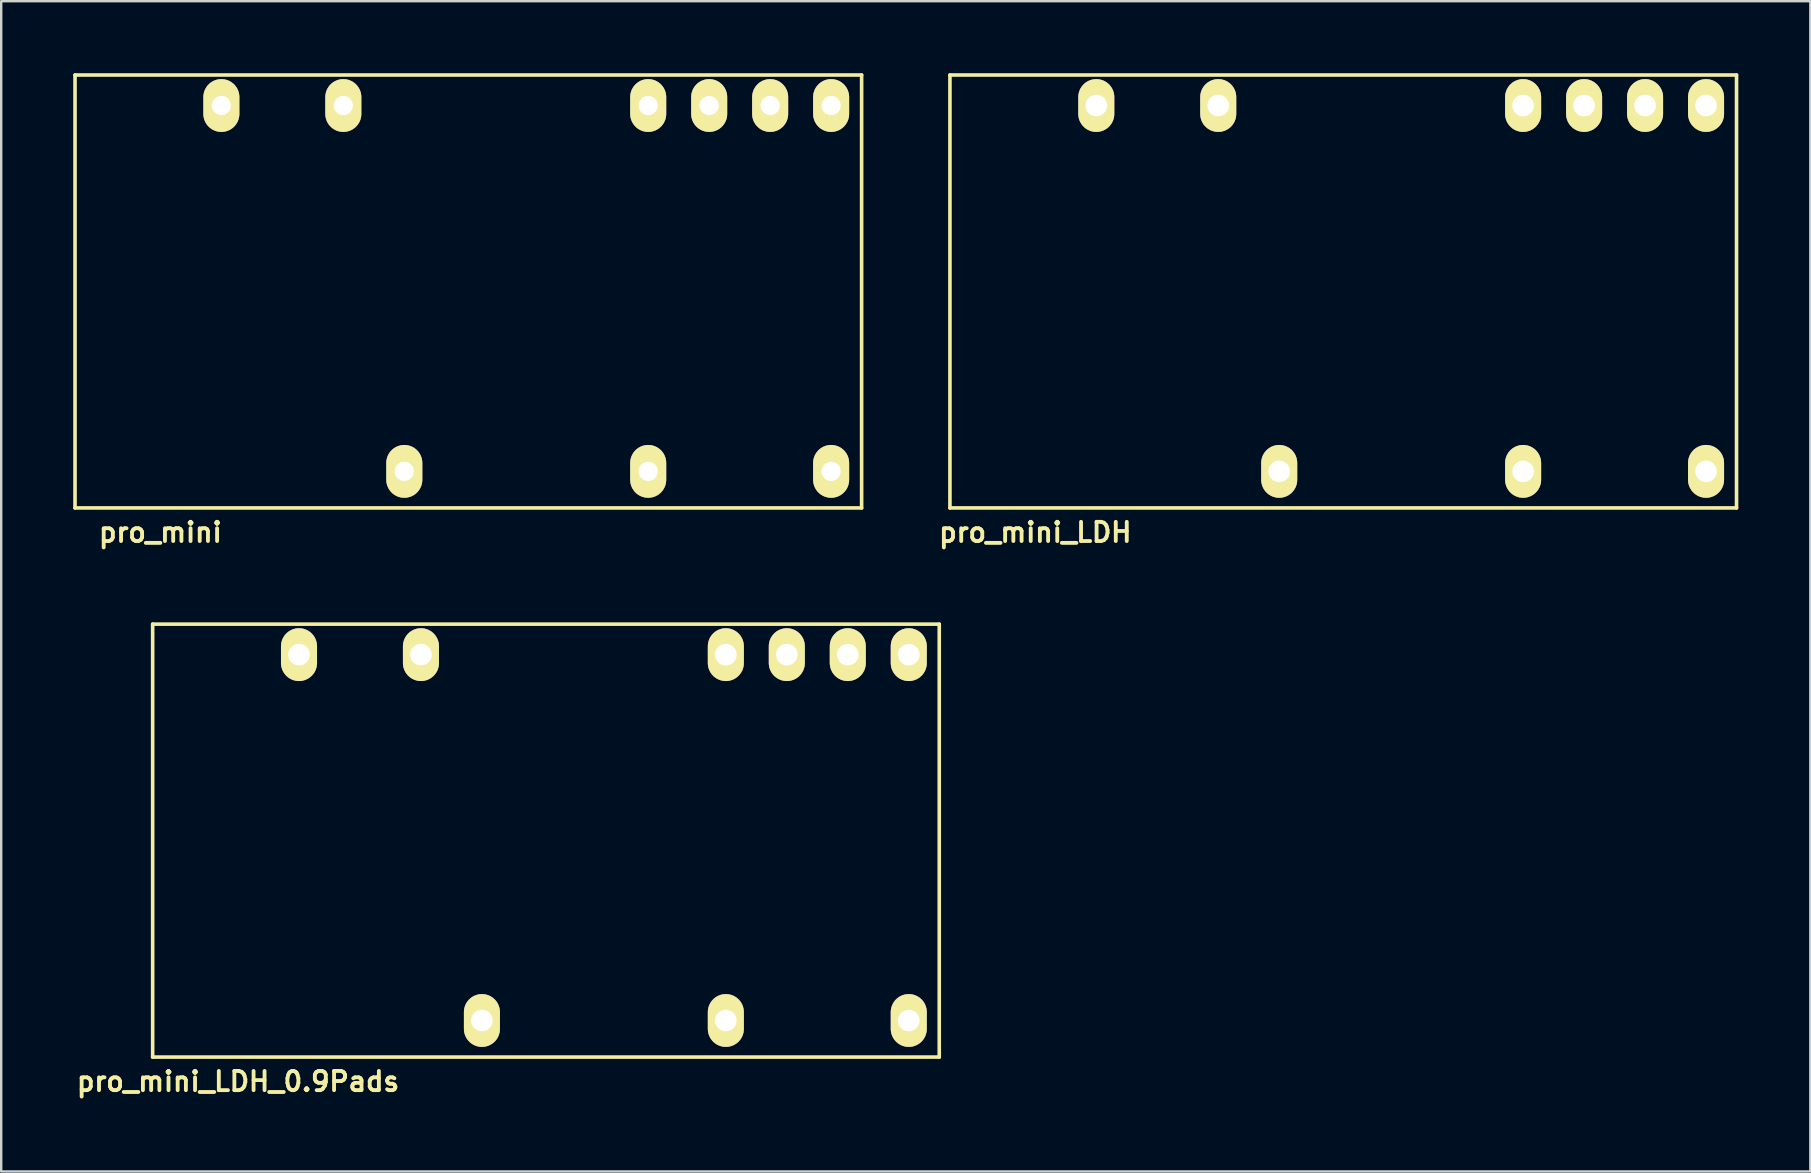
<source format=kicad_pcb>
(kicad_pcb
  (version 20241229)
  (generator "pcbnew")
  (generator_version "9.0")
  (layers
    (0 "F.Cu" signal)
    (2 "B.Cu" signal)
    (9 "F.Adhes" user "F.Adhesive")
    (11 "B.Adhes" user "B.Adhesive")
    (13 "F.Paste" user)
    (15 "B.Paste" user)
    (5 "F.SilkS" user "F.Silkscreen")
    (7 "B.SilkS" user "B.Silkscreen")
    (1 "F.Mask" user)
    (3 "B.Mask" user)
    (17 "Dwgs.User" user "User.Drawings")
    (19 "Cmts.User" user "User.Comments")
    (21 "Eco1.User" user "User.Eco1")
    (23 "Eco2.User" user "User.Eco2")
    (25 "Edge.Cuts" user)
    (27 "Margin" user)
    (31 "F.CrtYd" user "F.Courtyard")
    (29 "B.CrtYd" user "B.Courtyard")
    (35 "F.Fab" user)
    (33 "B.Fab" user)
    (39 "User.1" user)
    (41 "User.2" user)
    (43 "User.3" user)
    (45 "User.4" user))
  (footprint "pro_mini_LDH"
    (layer "F.Cu")
    (at 54.046 8.965)
    (property "Reference" "pro_mini_LDH" (at -13.97 10.16 0) (layer "F.SilkS") (effects (font (size 0.8 0.8) (thickness 0.16))))
    (attr through_hole)
    (fp_line (start -17.526 -8.89) (end -17.526 9.144) (stroke (width 0.15) (type solid)) (layer "F.SilkS"))
    (fp_line (start -17.526 -8.89) (end 15.24 -8.89) (stroke (width 0.15) (type solid)) (layer "F.SilkS"))
    (fp_line (start 15.24 9.144) (end -17.526 9.144) (stroke (width 0.15) (type solid)) (layer "F.SilkS"))
    (fp_line (start 15.24 9.144) (end 15.24 -8.89) (stroke (width 0.15) (type solid)) (layer "F.SilkS"))
    (pad "5" thru_hole oval (at -3.81 7.62) (size 1.501 2.2) (drill 0.9) (layers "*.Cu" "*.Mask" "F.SilkS"))
    (pad "9" thru_hole oval (at 6.35 7.62) (size 1.501 2.2) (drill 0.9) (layers "*.Cu" "*.Mask" "F.SilkS"))
    (pad "12" thru_hole oval (at 13.97 7.62) (size 1.501 2.2) (drill 0.9) (layers "*.Cu" "*.Mask" "F.SilkS"))
    (pad "13" thru_hole oval (at 13.97 -7.62) (size 1.501 2.2) (drill 0.9) (layers "*.Cu" "*.Mask" "F.SilkS"))
    (pad "14" thru_hole oval (at 11.43 -7.62) (size 1.501 2.2) (drill 0.9) (layers "*.Cu" "*.Mask" "F.SilkS"))
    (pad "15" thru_hole oval (at 8.89 -7.62) (size 1.501 2.2) (drill 0.9) (layers "*.Cu" "*.Mask" "F.SilkS"))
    (pad "16" thru_hole oval (at 6.35 -7.62) (size 1.501 2.2) (drill 0.9) (layers "*.Cu" "*.Mask" "F.SilkS"))
    (pad "21" thru_hole oval (at -6.35 -7.62) (size 1.501 2.2) (drill 0.9) (layers "*.Cu" "*.Mask" "F.SilkS"))
    (pad "23" thru_hole oval (at -11.43 -7.62) (size 1.501 2.2) (drill 0.9) (layers "*.Cu" "*.Mask" "F.SilkS")))
  (footprint "pro_mini_LDH_0.9Pads"
    (layer "F.Cu")
    (at 20.835 31.839)
    (property "Reference" "pro_mini_LDH_0.9Pads" (at -13.97 10.16 0) (layer "F.SilkS") (effects (font (size 0.8 0.8) (thickness 0.16))))
    (attr through_hole)
    (fp_line (start -17.526 -8.89) (end -17.526 9.144) (stroke (width 0.15) (type solid)) (layer "F.SilkS"))
    (fp_line (start -17.526 -8.89) (end 15.24 -8.89) (stroke (width 0.15) (type solid)) (layer "F.SilkS"))
    (fp_line (start 15.24 9.144) (end -17.526 9.144) (stroke (width 0.15) (type solid)) (layer "F.SilkS"))
    (fp_line (start 15.24 9.144) (end 15.24 -8.89) (stroke (width 0.15) (type solid)) (layer "F.SilkS"))
    (pad "5" thru_hole oval (at -3.81 7.62) (size 1.501 2.2) (drill 0.9) (layers "*.Cu" "*.Mask" "F.SilkS"))
    (pad "9" thru_hole oval (at 6.35 7.62) (size 1.501 2.2) (drill 0.9) (layers "*.Cu" "*.Mask" "F.SilkS"))
    (pad "12" thru_hole oval (at 13.97 7.62) (size 1.501 2.2) (drill 0.9) (layers "*.Cu" "*.Mask" "F.SilkS"))
    (pad "13" thru_hole oval (at 13.97 -7.62) (size 1.501 2.2) (drill 0.9) (layers "*.Cu" "*.Mask" "F.SilkS"))
    (pad "14" thru_hole oval (at 11.43 -7.62) (size 1.501 2.2) (drill 0.9) (layers "*.Cu" "*.Mask" "F.SilkS"))
    (pad "15" thru_hole oval (at 8.89 -7.62) (size 1.501 2.2) (drill 0.9) (layers "*.Cu" "*.Mask" "F.SilkS"))
    (pad "16" thru_hole oval (at 6.35 -7.62) (size 1.501 2.2) (drill 0.9) (layers "*.Cu" "*.Mask" "F.SilkS"))
    (pad "21" thru_hole oval (at -6.35 -7.62) (size 1.501 2.2) (drill 0.9) (layers "*.Cu" "*.Mask" "F.SilkS"))
    (pad "23" thru_hole oval (at -11.43 -7.62) (size 1.501 2.2) (drill 0.9) (layers "*.Cu" "*.Mask" "F.SilkS")))
  (footprint "pro_mini"
    (layer "F.Cu")
    (at 17.601 8.965)
    (property "Reference" "pro_mini" (at -13.97 10.16 0) (layer "F.SilkS") (effects (font (size 0.8 0.8) (thickness 0.16))))
    (attr through_hole)
    (fp_line (start -17.526 -8.89) (end -17.526 9.144) (stroke (width 0.15) (type solid)) (layer "F.SilkS"))
    (fp_line (start -17.526 -8.89) (end 15.24 -8.89) (stroke (width 0.15) (type solid)) (layer "F.SilkS"))
    (fp_line (start 15.24 9.144) (end -17.526 9.144) (stroke (width 0.15) (type solid)) (layer "F.SilkS"))
    (fp_line (start 15.24 9.144) (end 15.24 -8.89) (stroke (width 0.15) (type solid)) (layer "F.SilkS"))
    (pad "5" thru_hole oval (at -3.81 7.62) (size 1.501 2.2) (drill 0.8) (layers "*.Cu" "*.Mask" "F.SilkS"))
    (pad "9" thru_hole oval (at 6.35 7.62) (size 1.501 2.2) (drill 0.8) (layers "*.Cu" "*.Mask" "F.SilkS"))
    (pad "12" thru_hole oval (at 13.97 7.62) (size 1.501 2.2) (drill 0.8) (layers "*.Cu" "*.Mask" "F.SilkS"))
    (pad "13" thru_hole oval (at 13.97 -7.62) (size 1.501 2.2) (drill 0.8) (layers "*.Cu" "*.Mask" "F.SilkS"))
    (pad "14" thru_hole oval (at 11.43 -7.62) (size 1.501 2.2) (drill 0.8) (layers "*.Cu" "*.Mask" "F.SilkS"))
    (pad "15" thru_hole oval (at 8.89 -7.62) (size 1.501 2.2) (drill 0.8) (layers "*.Cu" "*.Mask" "F.SilkS"))
    (pad "16" thru_hole oval (at 6.35 -7.62) (size 1.501 2.2) (drill 0.8) (layers "*.Cu" "*.Mask" "F.SilkS"))
    (pad "21" thru_hole oval (at -6.35 -7.62) (size 1.501 2.2) (drill 0.8) (layers "*.Cu" "*.Mask" "F.SilkS"))
    (pad "23" thru_hole oval (at -11.43 -7.62) (size 1.501 2.2) (drill 0.8) (layers "*.Cu" "*.Mask" "F.SilkS")))
  (gr_rect
    (start -3 -3)
    (end 72.361 45.748)
    (stroke (width 0.1) (type default))
    (fill no)
    (layer "Edge.Cuts")))
</source>
